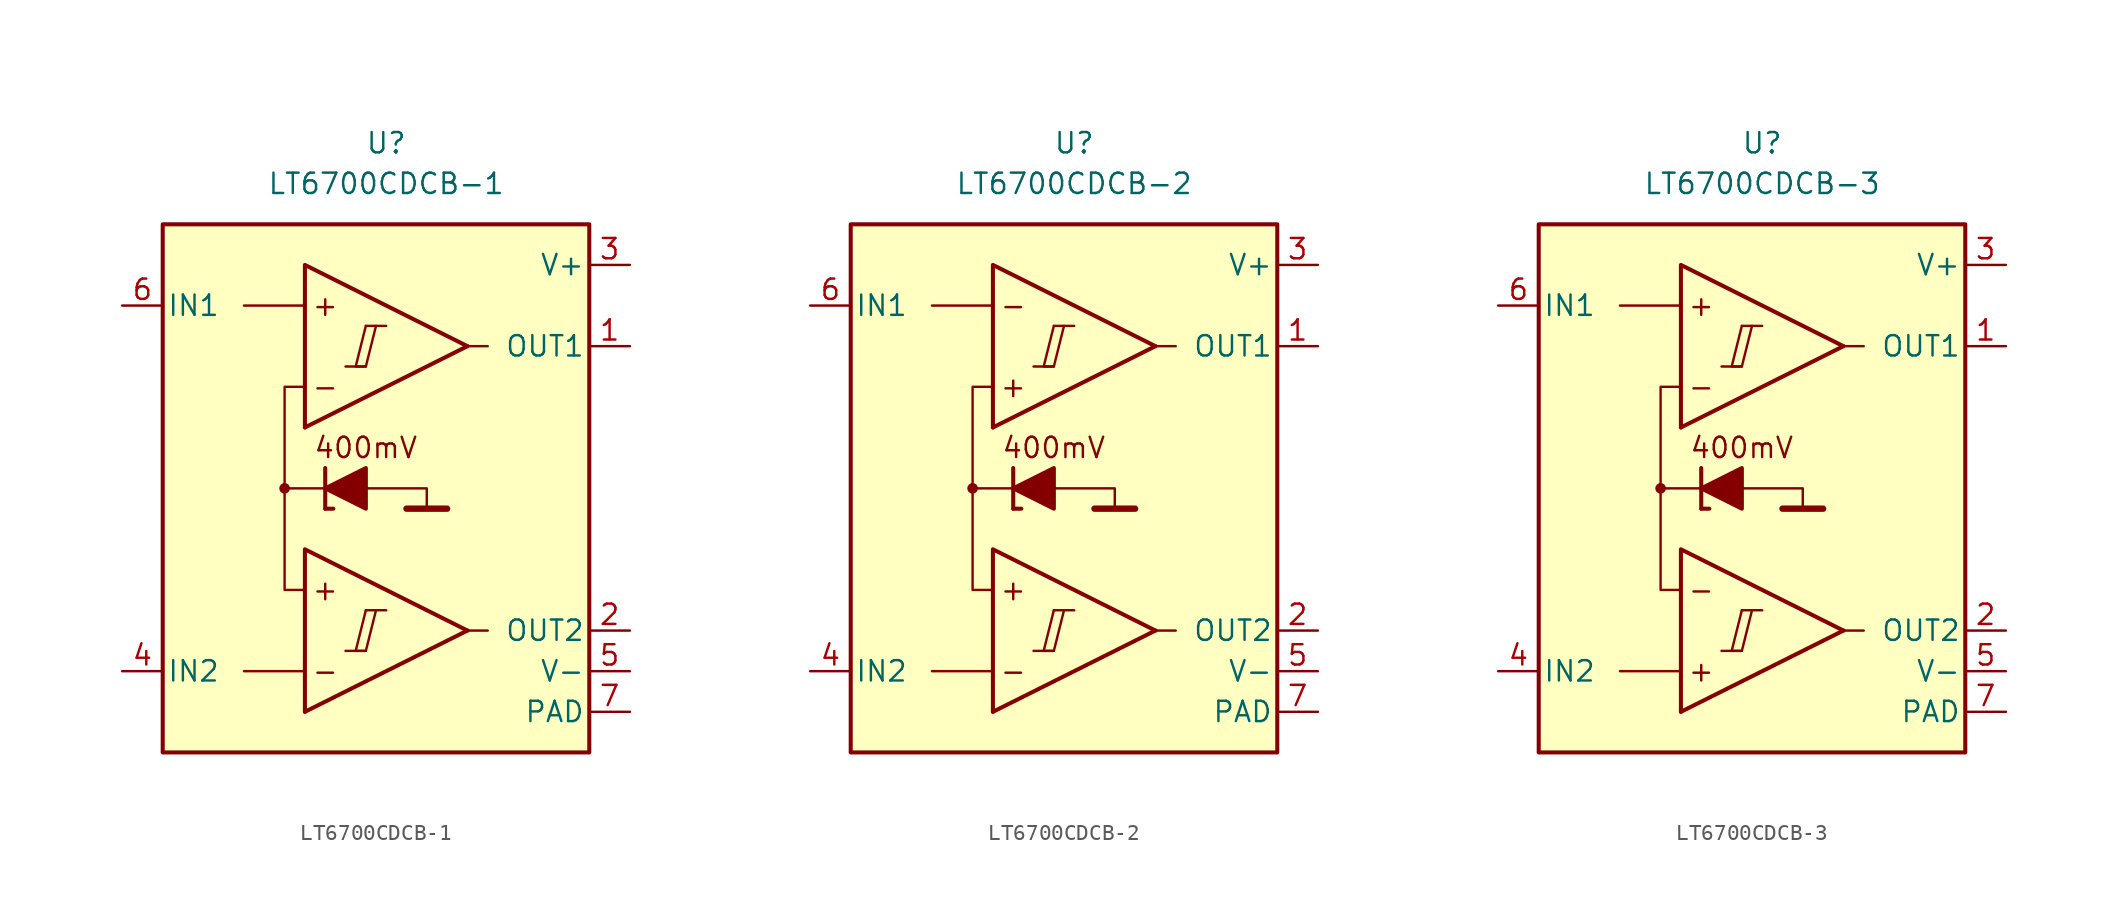
<source format=kicad_sym>
(kicad_symbol_lib
  (version 20211014)
  (generator kicad_symbol_editor)
  (symbol "LT6700CDCB-1"
    (pin_names
      (offset 0.254))
    (property "Reference" "U"
      (at 0 22.86 0)
      (effects (font (size 1.27 1.27))))
    (property "Value" "LT6700CDCB-1"
      (at 0 20.32 0)
      (effects (font (size 1.27 1.27))))
    (symbol "LT6700CDCB-1_0_0"
      (rectangle (start -13.97 17.78) (end 12.7 -15.24) (stroke (width 0.254) (type default) (color 0 0 0 0)) (fill (type background)))
      (circle (center -6.35 1.27) (radius 0.254) (stroke (width 0.152) (type default) (color 0 0 0 0)) (fill (type outline)))
      (polyline (pts (xy -2.54 -8.89) (xy -1.27 -8.89)) (stroke (width 0.152) (type default) (color 0 0 0 0)) (fill (type none)))
      (polyline (pts (xy -2.54 8.89) (xy -1.27 8.89)) (stroke (width 0.152) (type default) (color 0 0 0 0)) (fill (type none)))
      (polyline (pts (xy -1.27 -6.35) (xy 0 -6.35)) (stroke (width 0.152) (type default) (color 0 0 0 0)) (fill (type none)))
      (polyline (pts (xy -1.27 11.43) (xy 0 11.43)) (stroke (width 0.152) (type default) (color 0 0 0 0)) (fill (type none)))
      (polyline (pts (xy 5.08 -7.62) (xy -5.08 -12.7)) (stroke (width 0.254) (type default) (color 0 0 0 0)) (fill (type none)))
      (polyline (pts (xy 5.08 10.16) (xy -5.08 5.08)) (stroke (width 0.254) (type default) (color 0 0 0 0)) (fill (type none)))
      (polyline (pts (xy 5.08 -7.62) (xy -5.08 -2.54) (xy -5.08 -12.7)) (stroke (width 0.254) (type default) (color 0 0 0 0)) (fill (type background)))
      (polyline (pts (xy 5.08 10.16) (xy -5.08 15.24) (xy -5.08 5.08)) (stroke (width 0.254) (type default) (color 0 0 0 0)) (fill (type background)))
      (polyline (pts (xy -1.27 -6.35) (xy -1.905 -8.89) (xy -1.27 -8.89) (xy -0.635 -6.35)) (stroke (width 0.152) (type default) (color 0 0 0 0)) (fill (type none)))
      (polyline (pts (xy -1.27 11.43) (xy -1.905 8.89) (xy -1.27 8.89) (xy -0.635 11.43)) (stroke (width 0.152) (type default) (color 0 0 0 0)) (fill (type none)))
      (text "+" (at -3.81 -5.08 0) (effects (font (size 1.27 1.27))))
      (text "+" (at -3.81 12.7 0) (effects (font (size 1.27 1.27))))
      (text "-" (at -3.81 -10.16 0) (effects (font (size 1.27 1.27))))
      (text "-" (at -3.81 7.62 0) (effects (font (size 1.27 1.27)))))
    (symbol "LT6700CDCB-1_0_1"
      (polyline (pts (xy -5.08 -10.16) (xy -8.89 -10.16)) (stroke (width 0) (type default) (color 0 0 0 0)) (fill (type none)))
      (polyline (pts (xy -5.08 12.7) (xy -8.89 12.7)) (stroke (width 0) (type default) (color 0 0 0 0)) (fill (type none)))
      (polyline (pts (xy -3.81 0) (xy -3.81 2.54)) (stroke (width 0.254) (type default) (color 0 0 0 0)) (fill (type none)))
      (polyline (pts (xy -3.81 0) (xy -3.302 0)) (stroke (width 0.254) (type default) (color 0 0 0 0)) (fill (type none)))
      (polyline (pts (xy -3.81 1.27) (xy -6.35 1.27)) (stroke (width 0.152) (type default) (color 0 0 0 0)) (fill (type none)))
      (polyline (pts (xy 1.27 0) (xy 3.81 0)) (stroke (width 0.4) (type default) (color 0 0 0 0)) (fill (type none)))
      (polyline (pts (xy 5.08 -7.62) (xy 6.35 -7.62)) (stroke (width 0) (type default) (color 0 0 0 0)) (fill (type none)))
      (polyline (pts (xy 5.08 10.16) (xy 6.35 10.16)) (stroke (width 0) (type default) (color 0 0 0 0)) (fill (type none)))
      (polyline (pts (xy -1.27 1.27) (xy 2.54 1.27) (xy 2.54 0)) (stroke (width 0.152) (type default) (color 0 0 0 0)) (fill (type none)))
      (polyline (pts (xy -5.08 -5.08) (xy -6.35 -5.08) (xy -6.35 7.62) (xy -5.08 7.62)) (stroke (width 0.152) (type default) (color 0 0 0 0)) (fill (type none)))
      (polyline (pts (xy -1.27 2.54) (xy -1.27 0) (xy -3.81 1.27) (xy -1.27 2.54)) (stroke (width 0.254) (type default) (color 0 0 0 0)) (fill (type outline))))
    (symbol "LT6700CDCB-1_1_0"
      (text "400mV" (at -1.27 3.81 0) (effects (font (size 1.27 1.27)))))
    (symbol "LT6700CDCB-1_1_1"
      (pin output line (at 15.24 10.16 180) (length 2.54) (name "OUT1" (effects (font (size 1.27 1.27)))) (number "1" (effects (font (size 1.27 1.27)))))
      (pin output line (at 15.24 -7.62 180) (length 2.54) (name "OUT2" (effects (font (size 1.27 1.27)))) (number "2" (effects (font (size 1.27 1.27)))))
      (pin power_in line (at 15.24 15.24 180) (length 2.54) (name "V+" (effects (font (size 1.27 1.27)))) (number "3" (effects (font (size 1.27 1.27)))))
      (pin input line (at -16.51 -10.16 0) (length 2.54) (name "IN2" (effects (font (size 1.27 1.27)))) (number "4" (effects (font (size 1.27 1.27)))))
      (pin power_in line (at 15.24 -10.16 180) (length 2.54) (name "V-" (effects (font (size 1.27 1.27)))) (number "5" (effects (font (size 1.27 1.27)))))
      (pin input line (at -16.51 12.7 0) (length 2.54) (name "IN1" (effects (font (size 1.27 1.27)))) (number "6" (effects (font (size 1.27 1.27)))))
      (pin power_in line (at 15.24 -12.7 180) (length 2.54) (name "PAD" (effects (font (size 1.27 1.27)))) (number "7" (effects (font (size 1.27 1.27)))))))
  (symbol "LT6700CDCB-2"
    (pin_names
      (offset 0.254))
    (property "Reference" "U"
      (at 0 22.86 0)
      (effects (font (size 1.27 1.27))))
    (property "Value" "LT6700CDCB-2"
      (at 0 20.32 0)
      (effects (font (size 1.27 1.27))))
    (symbol "LT6700CDCB-2_0_0"
      (rectangle (start -13.97 17.78) (end 12.7 -15.24) (stroke (width 0.254) (type default) (color 0 0 0 0)) (fill (type background)))
      (circle (center -6.35 1.27) (radius 0.254) (stroke (width 0.152) (type default) (color 0 0 0 0)) (fill (type outline)))
      (polyline (pts (xy -2.54 -8.89) (xy -1.27 -8.89)) (stroke (width 0.152) (type default) (color 0 0 0 0)) (fill (type none)))
      (polyline (pts (xy -2.54 8.89) (xy -1.27 8.89)) (stroke (width 0.152) (type default) (color 0 0 0 0)) (fill (type none)))
      (polyline (pts (xy -1.27 -6.35) (xy 0 -6.35)) (stroke (width 0.152) (type default) (color 0 0 0 0)) (fill (type none)))
      (polyline (pts (xy -1.27 11.43) (xy 0 11.43)) (stroke (width 0.152) (type default) (color 0 0 0 0)) (fill (type none)))
      (polyline (pts (xy 5.08 -7.62) (xy -5.08 -12.7)) (stroke (width 0.254) (type default) (color 0 0 0 0)) (fill (type none)))
      (polyline (pts (xy 5.08 10.16) (xy -5.08 5.08)) (stroke (width 0.254) (type default) (color 0 0 0 0)) (fill (type none)))
      (polyline (pts (xy 5.08 -7.62) (xy -5.08 -2.54) (xy -5.08 -12.7)) (stroke (width 0.254) (type default) (color 0 0 0 0)) (fill (type background)))
      (polyline (pts (xy 5.08 10.16) (xy -5.08 15.24) (xy -5.08 5.08)) (stroke (width 0.254) (type default) (color 0 0 0 0)) (fill (type background)))
      (polyline (pts (xy -1.27 -6.35) (xy -1.905 -8.89) (xy -1.27 -8.89) (xy -0.635 -6.35)) (stroke (width 0.152) (type default) (color 0 0 0 0)) (fill (type none)))
      (polyline (pts (xy -1.27 11.43) (xy -1.905 8.89) (xy -1.27 8.89) (xy -0.635 11.43)) (stroke (width 0.152) (type default) (color 0 0 0 0)) (fill (type none)))
      (text "+" (at -3.81 -5.08 0) (effects (font (size 1.27 1.27))))
      (text "+" (at -3.81 7.62 0) (effects (font (size 1.27 1.27))))
      (text "-" (at -3.81 -10.16 0) (effects (font (size 1.27 1.27))))
      (text "-" (at -3.81 12.7 0) (effects (font (size 1.27 1.27)))))
    (symbol "LT6700CDCB-2_0_1"
      (polyline (pts (xy -5.08 -10.16) (xy -8.89 -10.16)) (stroke (width 0) (type default) (color 0 0 0 0)) (fill (type none)))
      (polyline (pts (xy -5.08 12.7) (xy -8.89 12.7)) (stroke (width 0) (type default) (color 0 0 0 0)) (fill (type none)))
      (polyline (pts (xy -3.81 0) (xy -3.81 2.54)) (stroke (width 0.254) (type default) (color 0 0 0 0)) (fill (type none)))
      (polyline (pts (xy -3.81 0) (xy -3.302 0)) (stroke (width 0.254) (type default) (color 0 0 0 0)) (fill (type none)))
      (polyline (pts (xy -3.81 1.27) (xy -6.35 1.27)) (stroke (width 0.152) (type default) (color 0 0 0 0)) (fill (type none)))
      (polyline (pts (xy 1.27 0) (xy 3.81 0)) (stroke (width 0.4) (type default) (color 0 0 0 0)) (fill (type none)))
      (polyline (pts (xy 5.08 -7.62) (xy 6.35 -7.62)) (stroke (width 0) (type default) (color 0 0 0 0)) (fill (type none)))
      (polyline (pts (xy 5.08 10.16) (xy 6.35 10.16)) (stroke (width 0) (type default) (color 0 0 0 0)) (fill (type none)))
      (polyline (pts (xy -1.27 1.27) (xy 2.54 1.27) (xy 2.54 0)) (stroke (width 0.152) (type default) (color 0 0 0 0)) (fill (type none)))
      (polyline (pts (xy -5.08 -5.08) (xy -6.35 -5.08) (xy -6.35 7.62) (xy -5.08 7.62)) (stroke (width 0.152) (type default) (color 0 0 0 0)) (fill (type none)))
      (polyline (pts (xy -1.27 2.54) (xy -1.27 0) (xy -3.81 1.27) (xy -1.27 2.54)) (stroke (width 0.254) (type default) (color 0 0 0 0)) (fill (type outline))))
    (symbol "LT6700CDCB-2_1_0"
      (text "400mV" (at -1.27 3.81 0) (effects (font (size 1.27 1.27)))))
    (symbol "LT6700CDCB-2_1_1"
      (pin output line (at 15.24 10.16 180) (length 2.54) (name "OUT1" (effects (font (size 1.27 1.27)))) (number "1" (effects (font (size 1.27 1.27)))))
      (pin output line (at 15.24 -7.62 180) (length 2.54) (name "OUT2" (effects (font (size 1.27 1.27)))) (number "2" (effects (font (size 1.27 1.27)))))
      (pin power_in line (at 15.24 15.24 180) (length 2.54) (name "V+" (effects (font (size 1.27 1.27)))) (number "3" (effects (font (size 1.27 1.27)))))
      (pin input line (at -16.51 -10.16 0) (length 2.54) (name "IN2" (effects (font (size 1.27 1.27)))) (number "4" (effects (font (size 1.27 1.27)))))
      (pin power_in line (at 15.24 -10.16 180) (length 2.54) (name "V-" (effects (font (size 1.27 1.27)))) (number "5" (effects (font (size 1.27 1.27)))))
      (pin input line (at -16.51 12.7 0) (length 2.54) (name "IN1" (effects (font (size 1.27 1.27)))) (number "6" (effects (font (size 1.27 1.27)))))
      (pin power_in line (at 15.24 -12.7 180) (length 2.54) (name "PAD" (effects (font (size 1.27 1.27)))) (number "7" (effects (font (size 1.27 1.27)))))))
  (symbol "LT6700CDCB-3"
    (pin_names
      (offset 0.254))
    (property "Reference" "U"
      (at 0 22.86 0)
      (effects (font (size 1.27 1.27))))
    (property "Value" "LT6700CDCB-3"
      (at 0 20.32 0)
      (effects (font (size 1.27 1.27))))
    (symbol "LT6700CDCB-3_0_0"
      (rectangle (start -13.97 17.78) (end 12.7 -15.24) (stroke (width 0.254) (type default) (color 0 0 0 0)) (fill (type background)))
      (circle (center -6.35 1.27) (radius 0.254) (stroke (width 0.152) (type default) (color 0 0 0 0)) (fill (type outline)))
      (polyline (pts (xy -2.54 -8.89) (xy -1.27 -8.89)) (stroke (width 0.152) (type default) (color 0 0 0 0)) (fill (type none)))
      (polyline (pts (xy -2.54 8.89) (xy -1.27 8.89)) (stroke (width 0.152) (type default) (color 0 0 0 0)) (fill (type none)))
      (polyline (pts (xy -1.27 -6.35) (xy 0 -6.35)) (stroke (width 0.152) (type default) (color 0 0 0 0)) (fill (type none)))
      (polyline (pts (xy -1.27 11.43) (xy 0 11.43)) (stroke (width 0.152) (type default) (color 0 0 0 0)) (fill (type none)))
      (polyline (pts (xy 5.08 -7.62) (xy -5.08 -12.7)) (stroke (width 0.254) (type default) (color 0 0 0 0)) (fill (type none)))
      (polyline (pts (xy 5.08 10.16) (xy -5.08 5.08)) (stroke (width 0.254) (type default) (color 0 0 0 0)) (fill (type none)))
      (polyline (pts (xy 5.08 -7.62) (xy -5.08 -2.54) (xy -5.08 -12.7)) (stroke (width 0.254) (type default) (color 0 0 0 0)) (fill (type background)))
      (polyline (pts (xy 5.08 10.16) (xy -5.08 15.24) (xy -5.08 5.08)) (stroke (width 0.254) (type default) (color 0 0 0 0)) (fill (type background)))
      (polyline (pts (xy -1.27 -6.35) (xy -1.905 -8.89) (xy -1.27 -8.89) (xy -0.635 -6.35)) (stroke (width 0.152) (type default) (color 0 0 0 0)) (fill (type none)))
      (polyline (pts (xy -1.27 11.43) (xy -1.905 8.89) (xy -1.27 8.89) (xy -0.635 11.43)) (stroke (width 0.152) (type default) (color 0 0 0 0)) (fill (type none)))
      (text "+" (at -3.81 -10.16 0) (effects (font (size 1.27 1.27))))
      (text "+" (at -3.81 12.7 0) (effects (font (size 1.27 1.27))))
      (text "-" (at -3.81 -5.08 0) (effects (font (size 1.27 1.27))))
      (text "-" (at -3.81 7.62 0) (effects (font (size 1.27 1.27)))))
    (symbol "LT6700CDCB-3_0_1"
      (polyline (pts (xy -5.08 -10.16) (xy -8.89 -10.16)) (stroke (width 0) (type default) (color 0 0 0 0)) (fill (type none)))
      (polyline (pts (xy -5.08 12.7) (xy -8.89 12.7)) (stroke (width 0) (type default) (color 0 0 0 0)) (fill (type none)))
      (polyline (pts (xy -3.81 0) (xy -3.81 2.54)) (stroke (width 0.254) (type default) (color 0 0 0 0)) (fill (type none)))
      (polyline (pts (xy -3.81 0) (xy -3.302 0)) (stroke (width 0.254) (type default) (color 0 0 0 0)) (fill (type none)))
      (polyline (pts (xy -3.81 1.27) (xy -6.35 1.27)) (stroke (width 0.152) (type default) (color 0 0 0 0)) (fill (type none)))
      (polyline (pts (xy 1.27 0) (xy 3.81 0)) (stroke (width 0.4) (type default) (color 0 0 0 0)) (fill (type none)))
      (polyline (pts (xy 5.08 -7.62) (xy 6.35 -7.62)) (stroke (width 0) (type default) (color 0 0 0 0)) (fill (type none)))
      (polyline (pts (xy 5.08 10.16) (xy 6.35 10.16)) (stroke (width 0) (type default) (color 0 0 0 0)) (fill (type none)))
      (polyline (pts (xy -1.27 1.27) (xy 2.54 1.27) (xy 2.54 0)) (stroke (width 0.152) (type default) (color 0 0 0 0)) (fill (type none)))
      (polyline (pts (xy -5.08 -5.08) (xy -6.35 -5.08) (xy -6.35 7.62) (xy -5.08 7.62)) (stroke (width 0.152) (type default) (color 0 0 0 0)) (fill (type none)))
      (polyline (pts (xy -1.27 2.54) (xy -1.27 0) (xy -3.81 1.27) (xy -1.27 2.54)) (stroke (width 0.254) (type default) (color 0 0 0 0)) (fill (type outline))))
    (symbol "LT6700CDCB-3_1_0"
      (text "400mV" (at -1.27 3.81 0) (effects (font (size 1.27 1.27)))))
    (symbol "LT6700CDCB-3_1_1"
      (pin output line (at 15.24 10.16 180) (length 2.54) (name "OUT1" (effects (font (size 1.27 1.27)))) (number "1" (effects (font (size 1.27 1.27)))))
      (pin output line (at 15.24 -7.62 180) (length 2.54) (name "OUT2" (effects (font (size 1.27 1.27)))) (number "2" (effects (font (size 1.27 1.27)))))
      (pin power_in line (at 15.24 15.24 180) (length 2.54) (name "V+" (effects (font (size 1.27 1.27)))) (number "3" (effects (font (size 1.27 1.27)))))
      (pin input line (at -16.51 -10.16 0) (length 2.54) (name "IN2" (effects (font (size 1.27 1.27)))) (number "4" (effects (font (size 1.27 1.27)))))
      (pin power_in line (at 15.24 -10.16 180) (length 2.54) (name "V-" (effects (font (size 1.27 1.27)))) (number "5" (effects (font (size 1.27 1.27)))))
      (pin input line (at -16.51 12.7 0) (length 2.54) (name "IN1" (effects (font (size 1.27 1.27)))) (number "6" (effects (font (size 1.27 1.27)))))
      (pin power_in line (at 15.24 -12.7 180) (length 2.54) (name "PAD" (effects (font (size 1.27 1.27)))) (number "7" (effects (font (size 1.27 1.27))))))))
</source>
